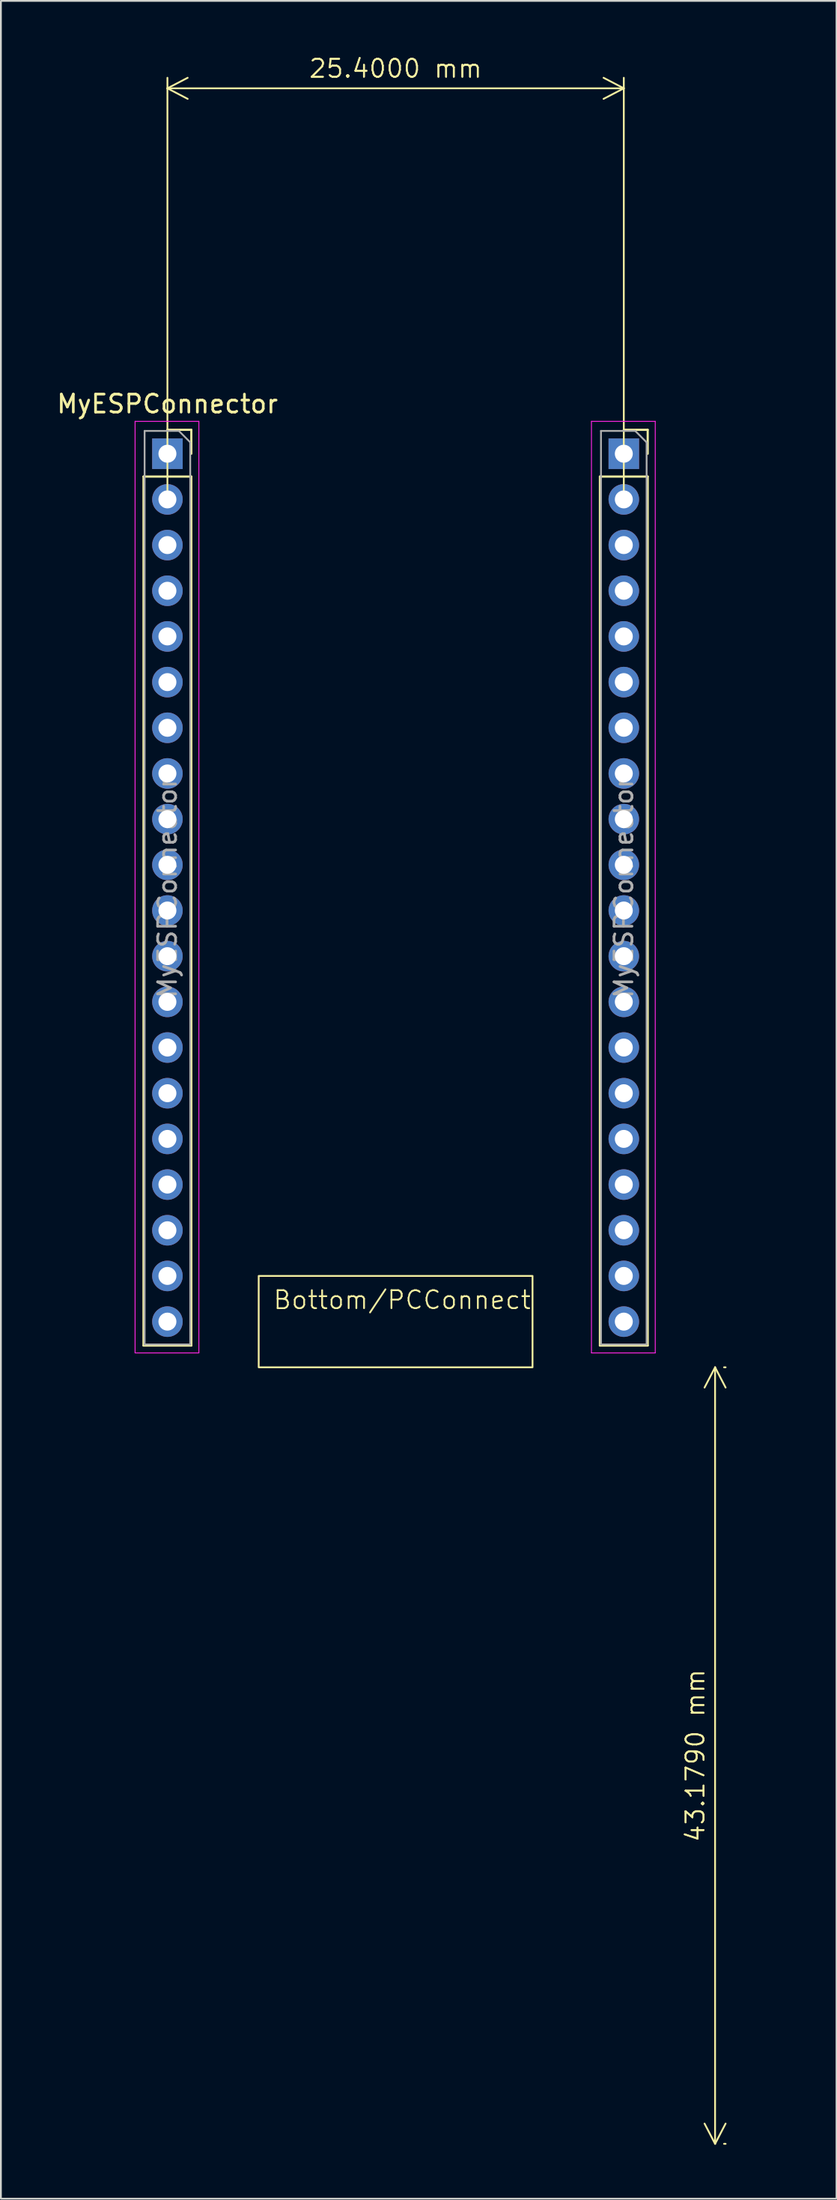
<source format=kicad_pcb>
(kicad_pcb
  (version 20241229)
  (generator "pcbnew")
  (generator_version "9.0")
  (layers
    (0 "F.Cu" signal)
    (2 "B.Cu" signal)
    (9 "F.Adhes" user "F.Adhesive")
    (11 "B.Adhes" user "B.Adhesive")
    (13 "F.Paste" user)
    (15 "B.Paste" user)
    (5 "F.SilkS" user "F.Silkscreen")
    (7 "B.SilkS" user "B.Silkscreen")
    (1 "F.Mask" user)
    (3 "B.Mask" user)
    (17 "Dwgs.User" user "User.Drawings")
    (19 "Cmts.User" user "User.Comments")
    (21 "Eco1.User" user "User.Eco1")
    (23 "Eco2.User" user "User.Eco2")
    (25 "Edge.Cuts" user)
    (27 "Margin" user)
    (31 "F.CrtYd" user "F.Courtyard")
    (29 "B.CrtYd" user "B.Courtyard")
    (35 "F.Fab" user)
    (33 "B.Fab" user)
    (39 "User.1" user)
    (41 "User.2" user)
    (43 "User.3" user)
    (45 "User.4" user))
  (footprint "MyESPConnector"
    (layer "F.Cu")
    (at 6.268 22.18)
    (property "Reference" "MyESPConnector" (at 0 -2.77 0) (layer "F.SilkS") (effects (font (size 1 1) (thickness 0.15))))
    (attr through_hole)
    (fp_line (start -1.33 1.27) (end -1.33 49.59) (stroke (width 0.12) (type solid)) (layer "F.SilkS"))
    (fp_line (start -1.33 1.27) (end 1.33 1.27) (stroke (width 0.12) (type solid)) (layer "F.SilkS"))
    (fp_line (start -1.33 49.59) (end 1.33 49.59) (stroke (width 0.12) (type solid)) (layer "F.SilkS"))
    (fp_line (start 0 -1.33) (end 1.33 -1.33) (stroke (width 0.12) (type solid)) (layer "F.SilkS"))
    (fp_line (start 1.33 -1.33) (end 1.33 0) (stroke (width 0.12) (type solid)) (layer "F.SilkS"))
    (fp_line (start 1.33 1.27) (end 1.33 49.59) (stroke (width 0.12) (type solid)) (layer "F.SilkS"))
    (fp_line (start 24.07 1.27) (end 24.07 49.59) (stroke (width 0.12) (type solid)) (layer "F.SilkS"))
    (fp_line (start 24.07 1.27) (end 26.73 1.27) (stroke (width 0.12) (type solid)) (layer "F.SilkS"))
    (fp_line (start 24.07 49.59) (end 26.73 49.59) (stroke (width 0.12) (type solid)) (layer "F.SilkS"))
    (fp_line (start 25.4 -1.33) (end 26.73 -1.33) (stroke (width 0.12) (type solid)) (layer "F.SilkS"))
    (fp_line (start 26.73 -1.33) (end 26.73 0) (stroke (width 0.12) (type solid)) (layer "F.SilkS"))
    (fp_line (start 26.73 1.27) (end 26.73 49.59) (stroke (width 0.12) (type solid)) (layer "F.SilkS"))
    (fp_line (start -1.8 -1.8) (end 1.75 -1.8) (stroke (width 0.05) (type solid)) (layer "F.CrtYd"))
    (fp_line (start -1.8 50) (end -1.8 -1.8) (stroke (width 0.05) (type solid)) (layer "F.CrtYd"))
    (fp_line (start 1.75 -1.8) (end 1.75 50) (stroke (width 0.05) (type solid)) (layer "F.CrtYd"))
    (fp_line (start 1.75 50) (end -1.8 50) (stroke (width 0.05) (type solid)) (layer "F.CrtYd"))
    (fp_line (start 23.6 -1.8) (end 27.15 -1.8) (stroke (width 0.05) (type solid)) (layer "F.CrtYd"))
    (fp_line (start 23.6 50) (end 23.6 -1.8) (stroke (width 0.05) (type solid)) (layer "F.CrtYd"))
    (fp_line (start 27.15 -1.8) (end 27.15 50) (stroke (width 0.05) (type solid)) (layer "F.CrtYd"))
    (fp_line (start 27.15 50) (end 23.6 50) (stroke (width 0.05) (type solid)) (layer "F.CrtYd"))
    (fp_line (start -1.27 -1.27) (end 0.635 -1.27) (stroke (width 0.1) (type solid)) (layer "F.Fab"))
    (fp_line (start -1.27 49.53) (end -1.27 -1.27) (stroke (width 0.1) (type solid)) (layer "F.Fab"))
    (fp_line (start 0.635 -1.27) (end 1.27 -0.635) (stroke (width 0.1) (type solid)) (layer "F.Fab"))
    (fp_line (start 1.27 -0.635) (end 1.27 49.53) (stroke (width 0.1) (type solid)) (layer "F.Fab"))
    (fp_line (start 1.27 49.53) (end -1.27 49.53) (stroke (width 0.1) (type solid)) (layer "F.Fab"))
    (fp_line (start 24.13 -1.27) (end 26.035 -1.27) (stroke (width 0.1) (type solid)) (layer "F.Fab"))
    (fp_line (start 24.13 49.53) (end 24.13 -1.27) (stroke (width 0.1) (type solid)) (layer "F.Fab"))
    (fp_line (start 26.035 -1.27) (end 26.67 -0.635) (stroke (width 0.1) (type solid)) (layer "F.Fab"))
    (fp_line (start 26.67 -0.635) (end 26.67 49.53) (stroke (width 0.1) (type solid)) (layer "F.Fab"))
    (fp_line (start 26.67 49.53) (end 24.13 49.53) (stroke (width 0.1) (type solid)) (layer "F.Fab"))
    (fp_text user "${REFERENCE}" (at 25.4 24.13 90) (layer "F.Fab") (effects (font (size 1 1) (thickness 0.15))))
    (fp_text user "${REFERENCE}" (at 0 24.13 90) (layer "F.Fab") (effects (font (size 1 1) (thickness 0.15))))
    (fp_text_box "Bottom/PCConnect" (start 5.08 45.72) (end 20.32 50.8) (margins 0.8 0.8 0.8 0.8) (layer "F.SilkS") (effects (font (size 1 1) (thickness 0.1)) (justify left top)) (border yes) (stroke (width 0.1) (type solid)))
    (dimension (type aligned) (layer "F.SilkS") (pts (xy 6.268 24.721) (xy 31.668 24.721)) (height -22.86) (format (prefix "") (suffix "") (units 3) (units_format 1) (precision 4)) (style (thickness 0.1) (arrow_length 1.27) (text_position_mode 0) (arrow_direction outward) (extension_height 0.586) (extension_offset 0.5) (keep_text_aligned yes)) (gr_text "25.4000 mm" (at 18.968 0.76 0) (layer "F.SilkS") (effects (font (size 1 1) (thickness 0.1)))))
    (dimension (type aligned) (layer "F.SilkS") (pts (xy 36.748 72.981) (xy 36.748 116.16)) (height 0) (format (prefix "") (suffix "") (units 3) (units_format 1) (precision 4)) (style (thickness 0.1) (arrow_length 1.27) (text_position_mode 0) (arrow_direction outward) (extension_height 0.586) (extension_offset 0.5) (keep_text_aligned yes)) (gr_text "43.1800 mm" (at 35.648 94.57 90) (layer "F.SilkS") (effects (font (size 1 1) (thickness 0.1)))))
    (pad "1" thru_hole oval (at 25.4 48.26) (size 1.7 1.7) (drill 1) (layers "*.Cu" "*.Mask"))
    (pad "2" thru_hole rect (at 0 0) (size 1.7 1.7) (drill 1) (layers "*.Cu" "*.Mask"))
    (pad "3" thru_hole oval (at 0 5.08) (size 1.7 1.7) (drill 1) (layers "*.Cu" "*.Mask"))
    (pad "4" thru_hole oval (at 0 7.62) (size 1.7 1.7) (drill 1) (layers "*.Cu" "*.Mask"))
    (pad "5" thru_hole oval (at 0 10.16) (size 1.7 1.7) (drill 1) (layers "*.Cu" "*.Mask"))
    (pad "6" thru_hole oval (at 0 12.7) (size 1.7 1.7) (drill 1) (layers "*.Cu" "*.Mask"))
    (pad "7" thru_hole oval (at 0 15.24) (size 1.7 1.7) (drill 1) (layers "*.Cu" "*.Mask"))
    (pad "8" thru_hole oval (at 0 17.78) (size 1.7 1.7) (drill 1) (layers "*.Cu" "*.Mask"))
    (pad "9" thru_hole oval (at 0 20.32) (size 1.7 1.7) (drill 1) (layers "*.Cu" "*.Mask"))
    (pad "10" thru_hole oval (at 0 22.86) (size 1.7 1.7) (drill 1) (layers "*.Cu" "*.Mask"))
    (pad "11" thru_hole oval (at 0 25.4) (size 1.7 1.7) (drill 1) (layers "*.Cu" "*.Mask"))
    (pad "12" thru_hole oval (at 0 27.94) (size 1.7 1.7) (drill 1) (layers "*.Cu" "*.Mask"))
    (pad "13" thru_hole oval (at 0 30.48) (size 1.7 1.7) (drill 1) (layers "*.Cu" "*.Mask"))
    (pad "14" thru_hole oval (at 0 33.02) (size 1.7 1.7) (drill 1) (layers "*.Cu" "*.Mask"))
    (pad "15" thru_hole oval (at 0 35.56) (size 1.7 1.7) (drill 1) (layers "*.Cu" "*.Mask"))
    (pad "16" thru_hole oval (at 0 38.1) (size 1.7 1.7) (drill 1) (layers "*.Cu" "*.Mask"))
    (pad "17" thru_hole oval (at 0 40.64) (size 1.7 1.7) (drill 1) (layers "*.Cu" "*.Mask"))
    (pad "18" thru_hole oval (at 0 43.18) (size 1.7 1.7) (drill 1) (layers "*.Cu" "*.Mask"))
    (pad "19" thru_hole oval (at 0 45.72) (size 1.7 1.7) (drill 1) (layers "*.Cu" "*.Mask"))
    (pad "20" thru_hole oval (at 0 48.26) (size 1.7 1.7) (drill 1) (layers "*.Cu" "*.Mask"))
    (pad "21" thru_hole oval (at 25.4 45.72) (size 1.7 1.7) (drill 1) (layers "*.Cu" "*.Mask"))
    (pad "22" thru_hole oval (at 25.4 43.18) (size 1.7 1.7) (drill 1) (layers "*.Cu" "*.Mask"))
    (pad "23" thru_hole oval (at 25.4 40.64) (size 1.7 1.7) (drill 1) (layers "*.Cu" "*.Mask"))
    (pad "24" thru_hole oval (at 25.4 38.1) (size 1.7 1.7) (drill 1) (layers "*.Cu" "*.Mask"))
    (pad "25" thru_hole oval (at 25.4 35.56) (size 1.7 1.7) (drill 1) (layers "*.Cu" "*.Mask"))
    (pad "26" thru_hole oval (at 25.4 33.02) (size 1.7 1.7) (drill 1) (layers "*.Cu" "*.Mask"))
    (pad "27" thru_hole oval (at 25.4 30.48) (size 1.7 1.7) (drill 1) (layers "*.Cu" "*.Mask"))
    (pad "28" thru_hole oval (at 25.4 27.94) (size 1.7 1.7) (drill 1) (layers "*.Cu" "*.Mask"))
    (pad "29" thru_hole oval (at 25.4 25.4) (size 1.7 1.7) (drill 1) (layers "*.Cu" "*.Mask"))
    (pad "30" thru_hole oval (at 25.4 22.86) (size 1.7 1.7) (drill 1) (layers "*.Cu" "*.Mask"))
    (pad "31" thru_hole oval (at 25.4 20.32) (size 1.7 1.7) (drill 1) (layers "*.Cu" "*.Mask"))
    (pad "32" thru_hole oval (at 25.4 17.78) (size 1.7 1.7) (drill 1) (layers "*.Cu" "*.Mask"))
    (pad "33" thru_hole oval (at 25.4 15.24) (size 1.7 1.7) (drill 1) (layers "*.Cu" "*.Mask"))
    (pad "34" thru_hole oval (at 25.4 12.7) (size 1.7 1.7) (drill 1) (layers "*.Cu" "*.Mask"))
    (pad "35" thru_hole oval (at 25.4 10.16) (size 1.7 1.7) (drill 1) (layers "*.Cu" "*.Mask"))
    (pad "36" thru_hole oval (at 25.4 7.62) (size 1.7 1.7) (drill 1) (layers "*.Cu" "*.Mask"))
    (pad "37" thru_hole oval (at 25.4 5.08) (size 1.7 1.7) (drill 1) (layers "*.Cu" "*.Mask"))
    (pad "38" thru_hole oval (at 25.4 2.54) (size 1.7 1.7) (drill 1) (layers "*.Cu" "*.Mask"))
    (pad "39" thru_hole rect (at 25.4 0) (size 1.7 1.7) (drill 1) (layers "*.Cu" "*.Mask"))
    (pad "40" thru_hole oval (at 0 2.54) (size 1.7 1.7) (drill 1) (layers "*.Cu" "*.Mask"))
    (zone (net_name "") (layer "F.SilkS") (hatch edge 0.5) (connect_pads) (min_thickness 0.25) (filled_areas_thickness no) (keepout (tracks allowed) (vias allowed) (pads allowed) (copperpour allowed) (footprints not_allowed)) (placement (enabled no)) (fill) (polygon (pts (xy 13.888 72.981) (xy 24.048 72.981) (xy 24.048 116.16) (xy 13.888 116.16))))
    (zone (net_name "") (layer "F.SilkS") (name "Antenna") (hatch edge 0.5) (connect_pads) (min_thickness 0.25) (filled_areas_thickness no) (keepout (tracks allowed) (vias not_allowed) (pads not_allowed) (copperpour allowed) (footprints not_allowed)) (placement (enabled no)) (fill) (polygon (pts (xy 36.748 12.021) (xy 1.188 12.021) (xy 1.188 19.64) (xy 36.748 19.64)))))
  (gr_rect
    (start -3 -3)
    (end 43.507 119.211)
    (stroke (width 0.1) (type default))
    (fill no)
    (layer "Edge.Cuts")))
</source>
